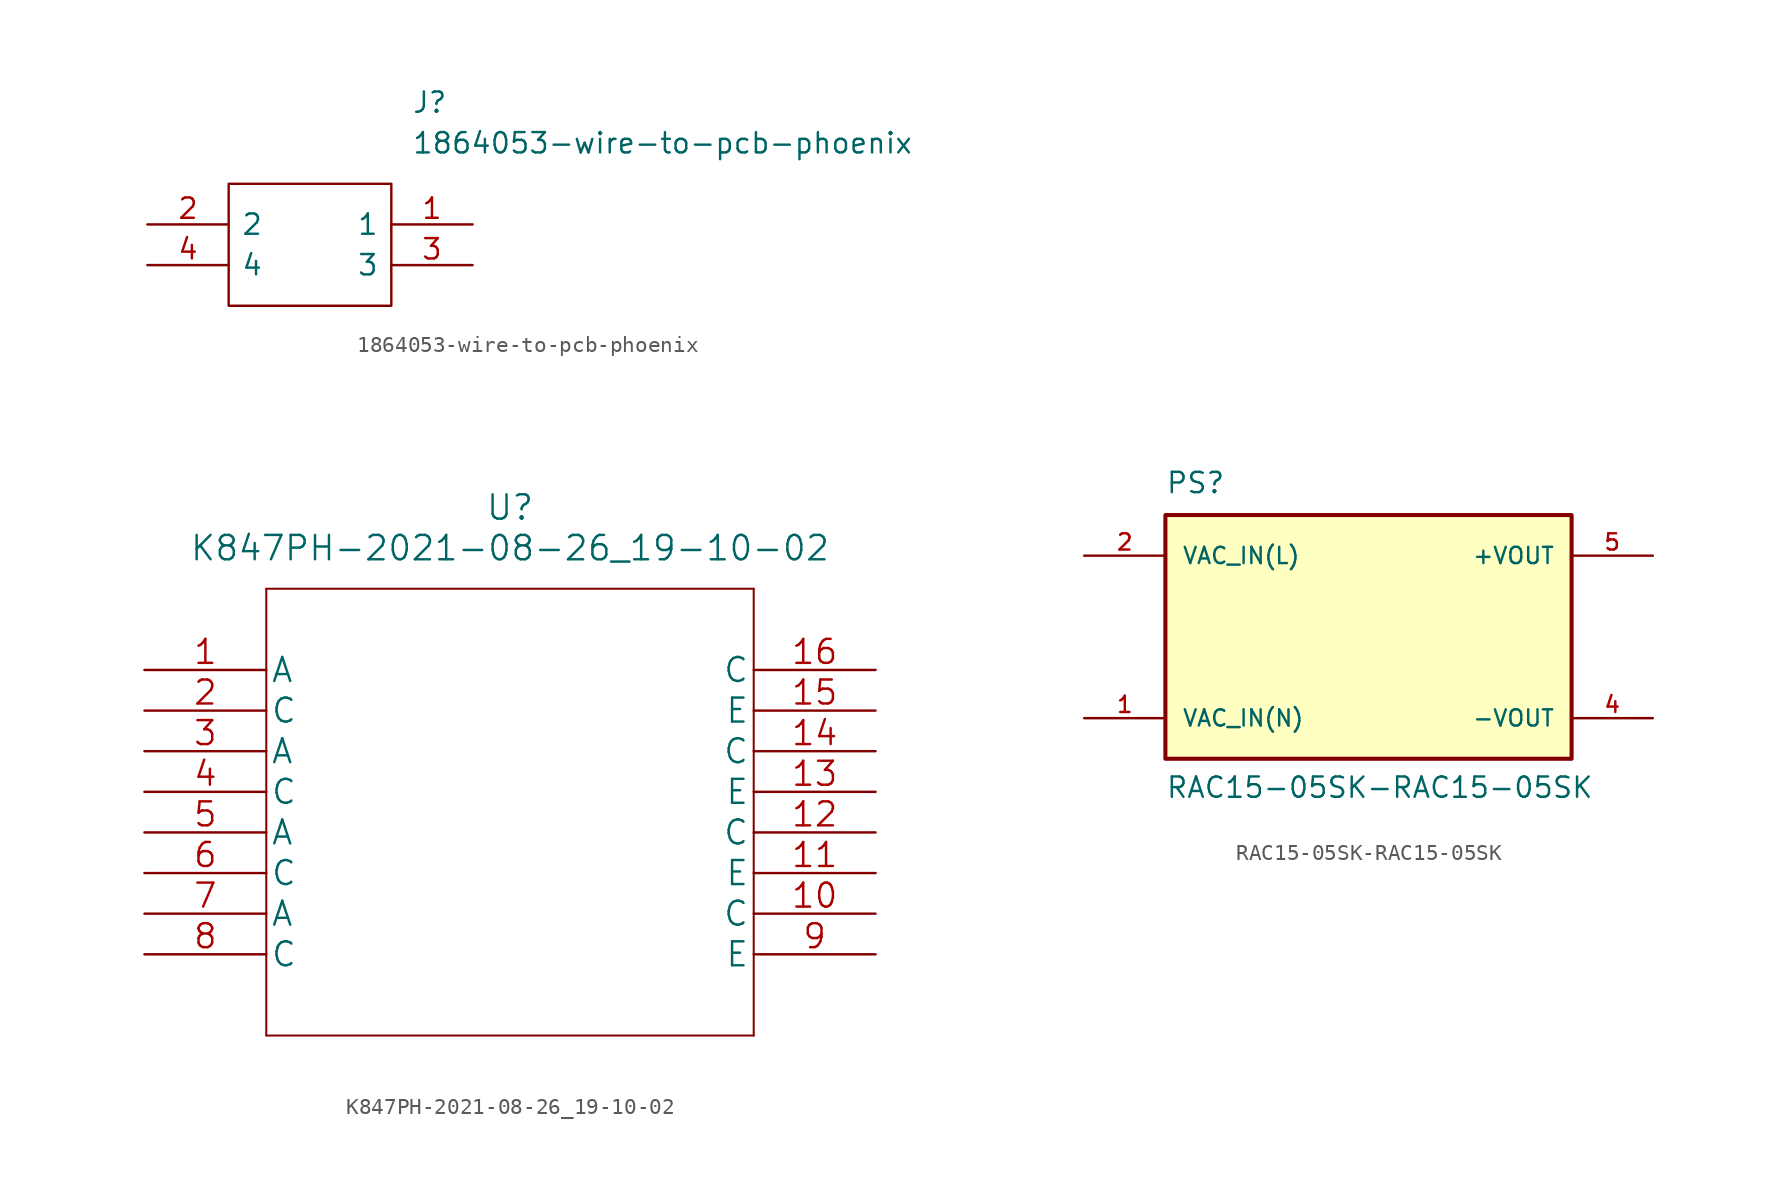
<source format=kicad_sym>
(kicad_symbol_lib
  (version 20211014)
  (generator kicad_symbol_editor)
  (symbol "1864053-wire-to-pcb-phoenix"
    (pin_names
      (offset 0.762))
    (property "Reference" "J"
      (at 16.51 7.62 0)
      (effects (font (size 1.27 1.27)) (justify left)))
    (property "Value" "1864053-wire-to-pcb-phoenix"
      (at 16.51 5.08 0)
      (effects (font (size 1.27 1.27)) (justify left)))
    (symbol "1864053-wire-to-pcb-phoenix_0_0"
      (pin passive line (at 20.32 0 180) (length 5.08) (name "1" (effects (font (size 1.27 1.27)))) (number "1" (effects (font (size 1.27 1.27)))))
      (pin passive line (at 0 0 0) (length 5.08) (name "2" (effects (font (size 1.27 1.27)))) (number "2" (effects (font (size 1.27 1.27)))))
      (pin passive line (at 20.32 -2.54 180) (length 5.08) (name "3" (effects (font (size 1.27 1.27)))) (number "3" (effects (font (size 1.27 1.27)))))
      (pin passive line (at 0 -2.54 0) (length 5.08) (name "4" (effects (font (size 1.27 1.27)))) (number "4" (effects (font (size 1.27 1.27))))))
    (symbol "1864053-wire-to-pcb-phoenix_0_1"
      (polyline (pts (xy 5.08 2.54) (xy 15.24 2.54) (xy 15.24 -5.08) (xy 5.08 -5.08) (xy 5.08 2.54)) (stroke (width 0.152) (type default) (color 0 0 0 0)) (fill (type none)))))
  (symbol "K847PH-2021-08-26_19-10-02"
    (pin_names
      (offset 0.254))
    (property "Reference" "U"
      (at 22.86 10.16 0)
      (effects (font (size 1.524 1.524))))
    (property "Value" "K847PH-2021-08-26_19-10-02"
      (at 22.86 7.62 0)
      (effects (font (size 1.524 1.524))))
    (property "Datasheet" ""
      (at 0 0 0)
      (effects (font (size 1.524 1.524))))
    (property "ki_locked" ""
      (at 0 0 0)
      (effects (font (size 1.27 1.27))))
    (symbol "K847PH-2021-08-26_19-10-02_1_1"
      (polyline (pts (xy 7.62 -22.86) (xy 38.1 -22.86)) (stroke (width 0.127) (type default) (color 0 0 0 0)) (fill (type none)))
      (polyline (pts (xy 7.62 5.08) (xy 7.62 -22.86)) (stroke (width 0.127) (type default) (color 0 0 0 0)) (fill (type none)))
      (polyline (pts (xy 38.1 -22.86) (xy 38.1 5.08)) (stroke (width 0.127) (type default) (color 0 0 0 0)) (fill (type none)))
      (polyline (pts (xy 38.1 5.08) (xy 7.62 5.08)) (stroke (width 0.127) (type default) (color 0 0 0 0)) (fill (type none)))
      (pin input line (at 0 0 0) (length 7.62) (name "A" (effects (font (size 1.499 1.499)))) (number "1" (effects (font (size 1.499 1.499)))))
      (pin input line (at 45.72 -15.24 180) (length 7.62) (name "C" (effects (font (size 1.499 1.499)))) (number "10" (effects (font (size 1.499 1.499)))))
      (pin input line (at 45.72 -12.7 180) (length 7.62) (name "E" (effects (font (size 1.499 1.499)))) (number "11" (effects (font (size 1.499 1.499)))))
      (pin input line (at 45.72 -10.16 180) (length 7.62) (name "C" (effects (font (size 1.499 1.499)))) (number "12" (effects (font (size 1.499 1.499)))))
      (pin input line (at 45.72 -7.62 180) (length 7.62) (name "E" (effects (font (size 1.499 1.499)))) (number "13" (effects (font (size 1.499 1.499)))))
      (pin input line (at 45.72 -5.08 180) (length 7.62) (name "C" (effects (font (size 1.499 1.499)))) (number "14" (effects (font (size 1.499 1.499)))))
      (pin input line (at 45.72 -2.54 180) (length 7.62) (name "E" (effects (font (size 1.499 1.499)))) (number "15" (effects (font (size 1.499 1.499)))))
      (pin input line (at 45.72 0 180) (length 7.62) (name "C" (effects (font (size 1.499 1.499)))) (number "16" (effects (font (size 1.499 1.499)))))
      (pin input line (at 0 -2.54 0) (length 7.62) (name "C" (effects (font (size 1.499 1.499)))) (number "2" (effects (font (size 1.499 1.499)))))
      (pin input line (at 0 -5.08 0) (length 7.62) (name "A" (effects (font (size 1.499 1.499)))) (number "3" (effects (font (size 1.499 1.499)))))
      (pin input line (at 0 -7.62 0) (length 7.62) (name "C" (effects (font (size 1.499 1.499)))) (number "4" (effects (font (size 1.499 1.499)))))
      (pin input line (at 0 -10.16 0) (length 7.62) (name "A" (effects (font (size 1.499 1.499)))) (number "5" (effects (font (size 1.499 1.499)))))
      (pin input line (at 0 -12.7 0) (length 7.62) (name "C" (effects (font (size 1.499 1.499)))) (number "6" (effects (font (size 1.499 1.499)))))
      (pin input line (at 0 -15.24 0) (length 7.62) (name "A" (effects (font (size 1.499 1.499)))) (number "7" (effects (font (size 1.499 1.499)))))
      (pin input line (at 0 -17.78 0) (length 7.62) (name "C" (effects (font (size 1.499 1.499)))) (number "8" (effects (font (size 1.499 1.499)))))
      (pin input line (at 45.72 -17.78 180) (length 7.62) (name "E" (effects (font (size 1.499 1.499)))) (number "9" (effects (font (size 1.499 1.499)))))))
  (symbol "RAC15-05SK-RAC15-05SK"
    (pin_names
      (offset 1.016))
    (property "Reference" "PS"
      (at -12.7 8.89 0)
      (effects (font (size 1.27 1.27)) (justify left bottom)))
    (property "Value" "RAC15-05SK-RAC15-05SK"
      (at -12.7 -10.16 0)
      (effects (font (size 1.27 1.27)) (justify left bottom)))
    (property "ki_locked" ""
      (at 0 0 0)
      (effects (font (size 1.27 1.27))))
    (symbol "RAC15-05SK-RAC15-05SK_0_0"
      (rectangle (start -12.7 -7.62) (end 12.7 7.62) (stroke (width 0.254) (type default) (color 0 0 0 0)) (fill (type background)))
      (pin input line (at -17.78 -5.08 0) (length 5.08) (name "VAC_IN(N)" (effects (font (size 1.016 1.016)))) (number "1" (effects (font (size 1.016 1.016)))))
      (pin input line (at -17.78 5.08 0) (length 5.08) (name "VAC_IN(L)" (effects (font (size 1.016 1.016)))) (number "2" (effects (font (size 1.016 1.016)))))
      (pin output line (at 17.78 -5.08 180) (length 5.08) (name "-VOUT" (effects (font (size 1.016 1.016)))) (number "4" (effects (font (size 1.016 1.016)))))
      (pin output line (at 17.78 5.08 180) (length 5.08) (name "+VOUT" (effects (font (size 1.016 1.016)))) (number "5" (effects (font (size 1.016 1.016))))))))
</source>
